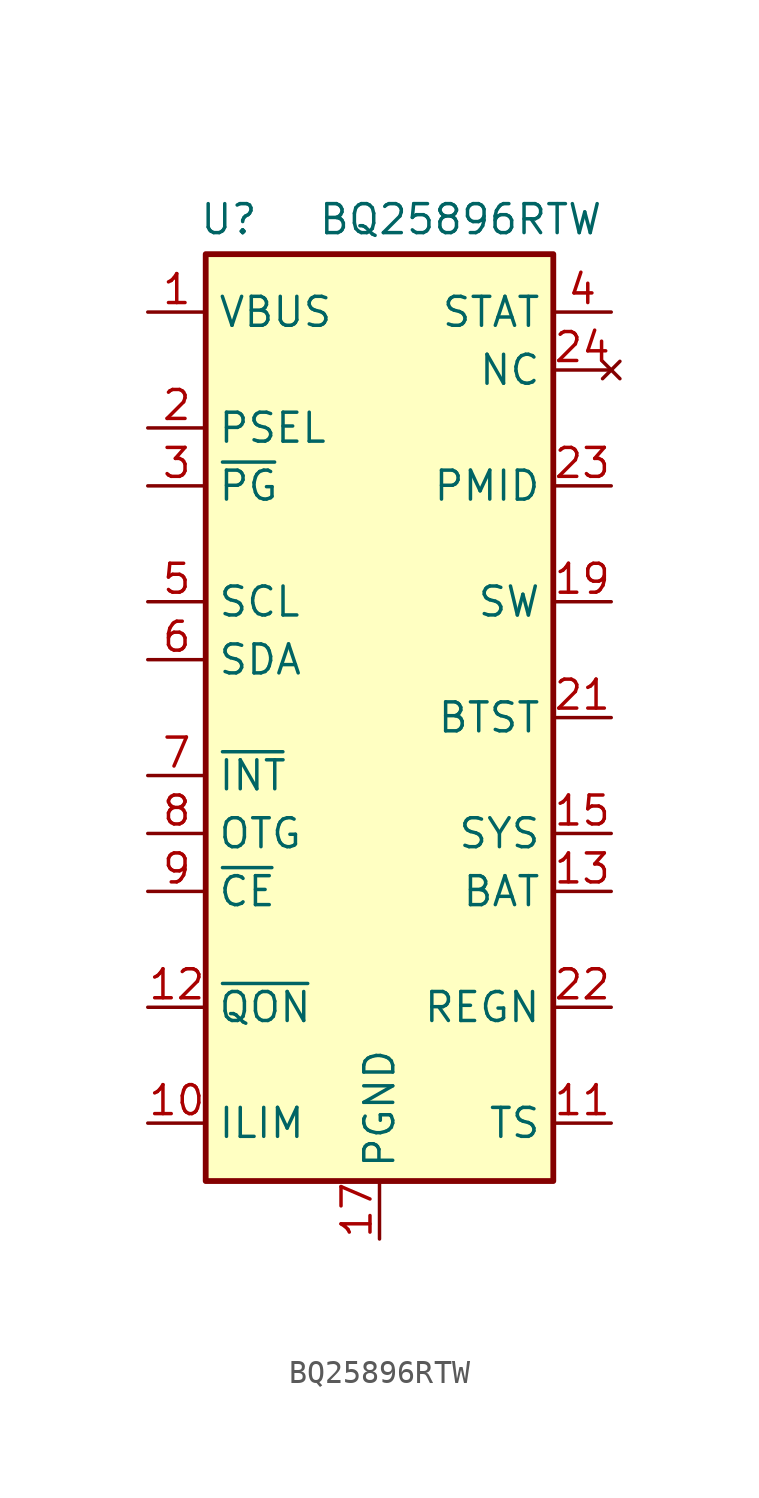
<source format=kicad_sym>
(kicad_symbol_lib
  (version 20241209)
  (generator "kicad_symbol_editor")
  (generator_version "9.0")
  (symbol "BQ25896RTW"
    (property "Reference" "U"
      (at -6.604 21.844 0)
      (effects (font (size 1.27 1.27))))
    (property "Value" "BQ25896RTW"
      (at 3.556 21.844 0)
      (effects (font (size 1.27 1.27))))
    (symbol "BQ25896RTW_0_1"
      (rectangle (start -7.62 20.32) (end 7.62 -20.32) (stroke (width 0.254) (type default)) (fill (type background))))
    (symbol "BQ25896RTW_1_1"
      (pin power_in line (at -10.16 17.78 0) (length 2.54) (name "VBUS" (effects (font (size 1.27 1.27)))) (number "1" (effects (font (size 1.27 1.27)))))
      (pin input line (at -10.16 12.7 0) (length 2.54) (name "PSEL" (effects (font (size 1.27 1.27)))) (number "2" (effects (font (size 1.27 1.27)))))
      (pin open_collector line (at -10.16 10.16 0) (length 2.54) (name "~{PG}" (effects (font (size 1.27 1.27)))) (number "3" (effects (font (size 1.27 1.27)))))
      (pin input line (at -10.16 5.08 0) (length 2.54) (name "SCL" (effects (font (size 1.27 1.27)))) (number "5" (effects (font (size 1.27 1.27)))))
      (pin bidirectional line (at -10.16 2.54 0) (length 2.54) (name "SDA" (effects (font (size 1.27 1.27)))) (number "6" (effects (font (size 1.27 1.27)))))
      (pin open_collector line (at -10.16 -2.54 0) (length 2.54) (name "~{INT}" (effects (font (size 1.27 1.27)))) (number "7" (effects (font (size 1.27 1.27)))))
      (pin input line (at -10.16 -5.08 0) (length 2.54) (name "OTG" (effects (font (size 1.27 1.27)))) (number "8" (effects (font (size 1.27 1.27)))))
      (pin input line (at -10.16 -7.62 0) (length 2.54) (name "~{CE}" (effects (font (size 1.27 1.27)))) (number "9" (effects (font (size 1.27 1.27)))))
      (pin input line (at -10.16 -12.7 0) (length 2.54) (name "~{QON}" (effects (font (size 1.27 1.27)))) (number "12" (effects (font (size 1.27 1.27)))))
      (pin passive line (at -10.16 -17.78 0) (length 2.54) (name "ILIM" (effects (font (size 1.27 1.27)))) (number "10" (effects (font (size 1.27 1.27)))))
      (pin power_in line (at 0 -22.86 90) (length 2.54) (name "PGND" (effects (font (size 1.27 1.27)))) (number "17" (effects (font (size 1.27 1.27)))))
      (pin passive line (at 0 -22.86 90) (length 2.54) (hide yes) (name "PGND" (effects (font (size 1.27 1.27)))) (number "18" (effects (font (size 1.27 1.27)))))
      (pin passive line (at 0 -22.86 90) (length 2.54) (hide yes) (name "PGND" (effects (font (size 1.27 1.27)))) (number "25" (effects (font (size 1.27 1.27)))))
      (pin open_collector line (at 10.16 17.78 180) (length 2.54) (name "STAT" (effects (font (size 1.27 1.27)))) (number "4" (effects (font (size 1.27 1.27)))))
      (pin no_connect line (at 10.16 15.24 180) (length 2.54) (name "NC" (effects (font (size 1.27 1.27)))) (number "24" (effects (font (size 1.27 1.27)))))
      (pin power_out line (at 10.16 10.16 180) (length 2.54) (name "PMID" (effects (font (size 1.27 1.27)))) (number "23" (effects (font (size 1.27 1.27)))))
      (pin power_out line (at 10.16 5.08 180) (length 2.54) (name "SW" (effects (font (size 1.27 1.27)))) (number "19" (effects (font (size 1.27 1.27)))))
      (pin passive line (at 10.16 5.08 180) (length 2.54) (hide yes) (name "SW" (effects (font (size 1.27 1.27)))) (number "20" (effects (font (size 1.27 1.27)))))
      (pin passive line (at 10.16 0 180) (length 2.54) (name "BTST" (effects (font (size 1.27 1.27)))) (number "21" (effects (font (size 1.27 1.27)))))
      (pin passive line (at 10.16 -5.08 180) (length 2.54) (name "SYS" (effects (font (size 1.27 1.27)))) (number "15" (effects (font (size 1.27 1.27)))))
      (pin passive line (at 10.16 -5.08 180) (length 2.54) (hide yes) (name "SYS" (effects (font (size 1.27 1.27)))) (number "16" (effects (font (size 1.27 1.27)))))
      (pin passive line (at 10.16 -7.62 180) (length 2.54) (name "BAT" (effects (font (size 1.27 1.27)))) (number "13" (effects (font (size 1.27 1.27)))))
      (pin passive line (at 10.16 -7.62 180) (length 2.54) (hide yes) (name "BAT" (effects (font (size 1.27 1.27)))) (number "14" (effects (font (size 1.27 1.27)))))
      (pin power_out line (at 10.16 -12.7 180) (length 2.54) (name "REGN" (effects (font (size 1.27 1.27)))) (number "22" (effects (font (size 1.27 1.27)))))
      (pin passive line (at 10.16 -17.78 180) (length 2.54) (name "TS" (effects (font (size 1.27 1.27)))) (number "11" (effects (font (size 1.27 1.27))))))))
</source>
